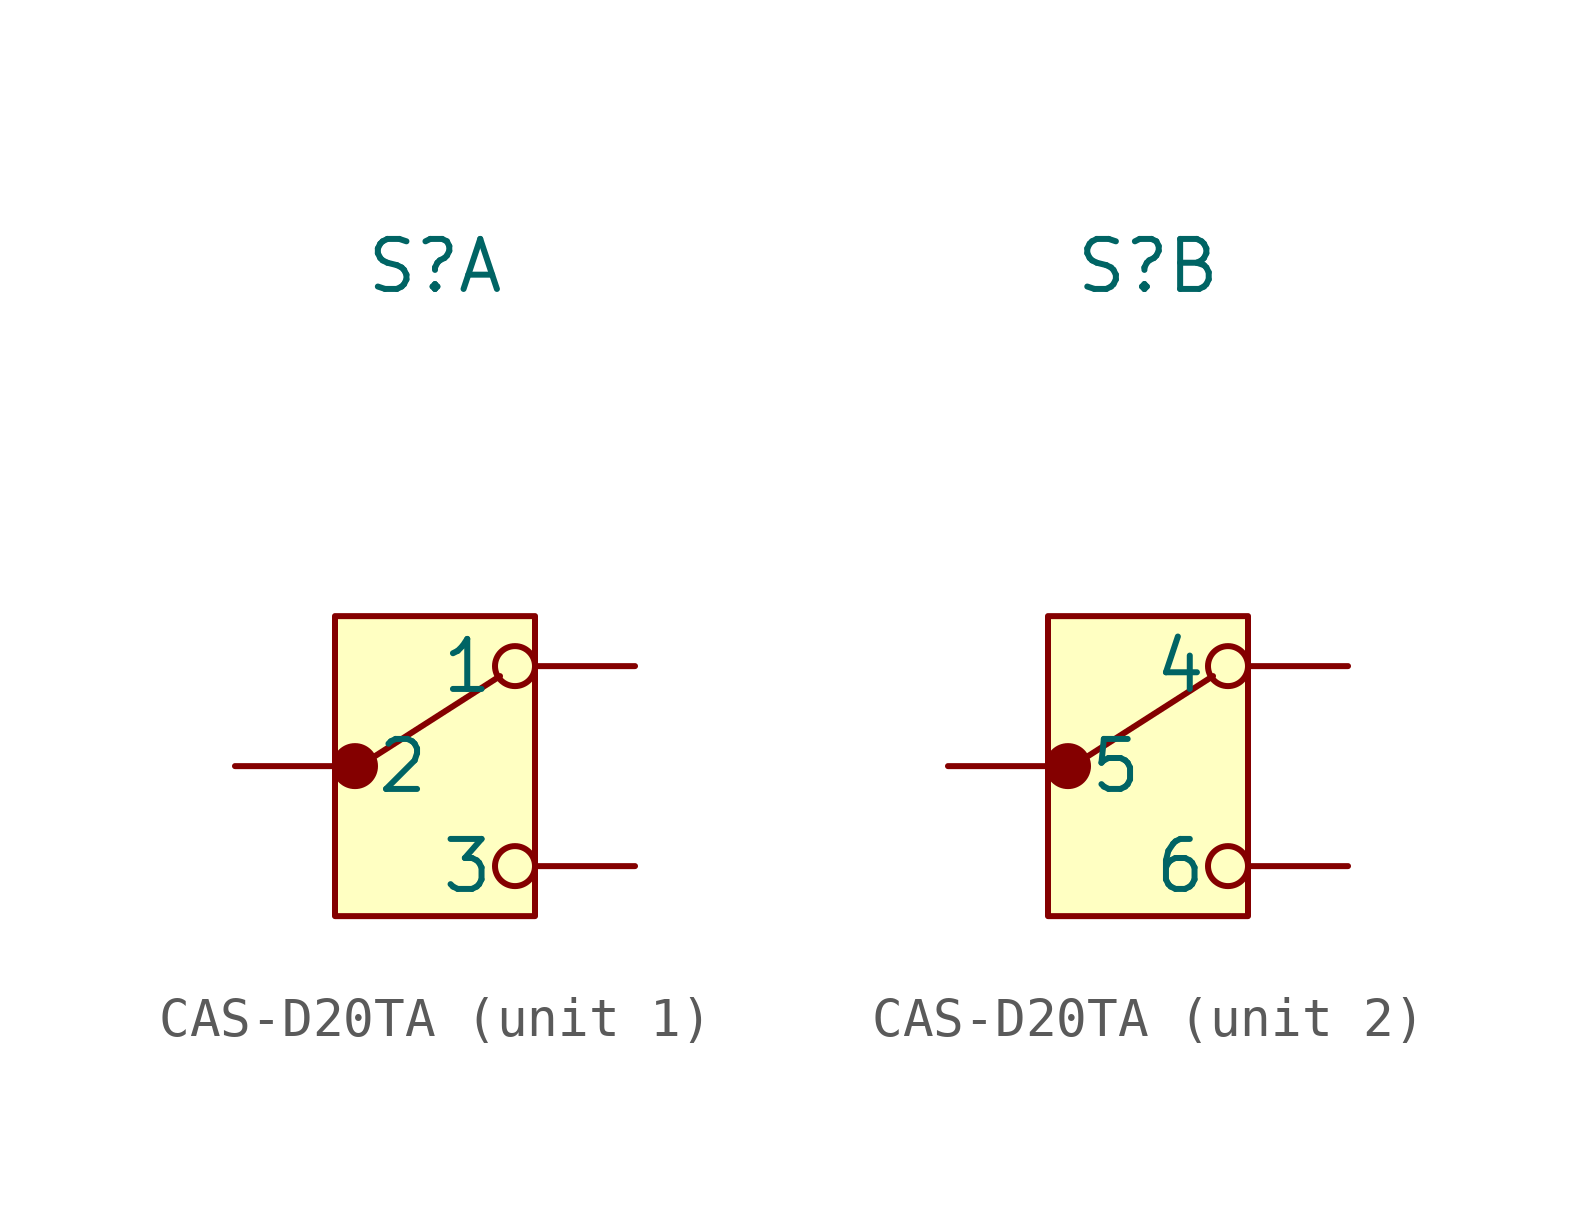
<source format=kicad_sym>
(kicad_symbol_lib
  (version 20220914)
  (generator kicad_symbol_editor)
  (symbol "CAS-D20TA"
    (pin_numbers hide)
    (pin_names
      (offset 1.016))
    (property "Reference" "S"
      (at 0 12.7 0)
      (effects (font (size 1.27 1.27))))
    (property "ki_locked" ""
      (at 0 0 0)
      (effects (font (size 1.27 1.27))))
    (symbol "CAS-D20TA_1_1"
      (circle (center -2.032 0) (radius 0.508) (stroke (width 0) (type default)) (fill (type outline)))
      (polyline (pts (xy -1.524 0.254) (xy 1.651 2.286)) (stroke (width 0) (type default)) (fill (type none)))
      (circle (center 2.032 -2.54) (radius 0.508) (stroke (width 0) (type default)) (fill (type none)))
      (circle (center 2.032 2.54) (radius 0.508) (stroke (width 0) (type default)) (fill (type none)))
      (rectangle (start 2.54 -3.81) (end -2.54 3.81) (stroke (width 0) (type default)) (fill (type background)))
      (pin passive line (at 5.08 2.54 180) (length 2.54) (name "1" (effects (font (size 1.27 1.27)))) (number "1" (effects (font (size 1.27 1.27)))))
      (pin passive line (at -5.08 0 0) (length 2.54) (name "2" (effects (font (size 1.27 1.27)))) (number "2" (effects (font (size 1.27 1.27)))))
      (pin passive line (at 5.08 -2.54 180) (length 2.54) (name "3" (effects (font (size 1.27 1.27)))) (number "3" (effects (font (size 1.27 1.27))))))
    (symbol "CAS-D20TA_2_1"
      (circle (center -2.032 0) (radius 0.508) (stroke (width 0) (type default)) (fill (type outline)))
      (polyline (pts (xy -1.524 0.254) (xy 1.651 2.286)) (stroke (width 0) (type default)) (fill (type none)))
      (circle (center 2.032 -2.54) (radius 0.508) (stroke (width 0) (type default)) (fill (type none)))
      (circle (center 2.032 2.54) (radius 0.508) (stroke (width 0) (type default)) (fill (type none)))
      (rectangle (start 2.54 -3.81) (end -2.54 3.81) (stroke (width 0) (type default)) (fill (type background)))
      (pin passive line (at 5.08 2.54 180) (length 2.54) (name "4" (effects (font (size 1.27 1.27)))) (number "4" (effects (font (size 1.27 1.27)))))
      (pin passive line (at -5.08 0 0) (length 2.54) (name "5" (effects (font (size 1.27 1.27)))) (number "5" (effects (font (size 1.27 1.27)))))
      (pin passive line (at 5.08 -2.54 180) (length 2.54) (name "6" (effects (font (size 1.27 1.27)))) (number "6" (effects (font (size 1.27 1.27))))))))
</source>
